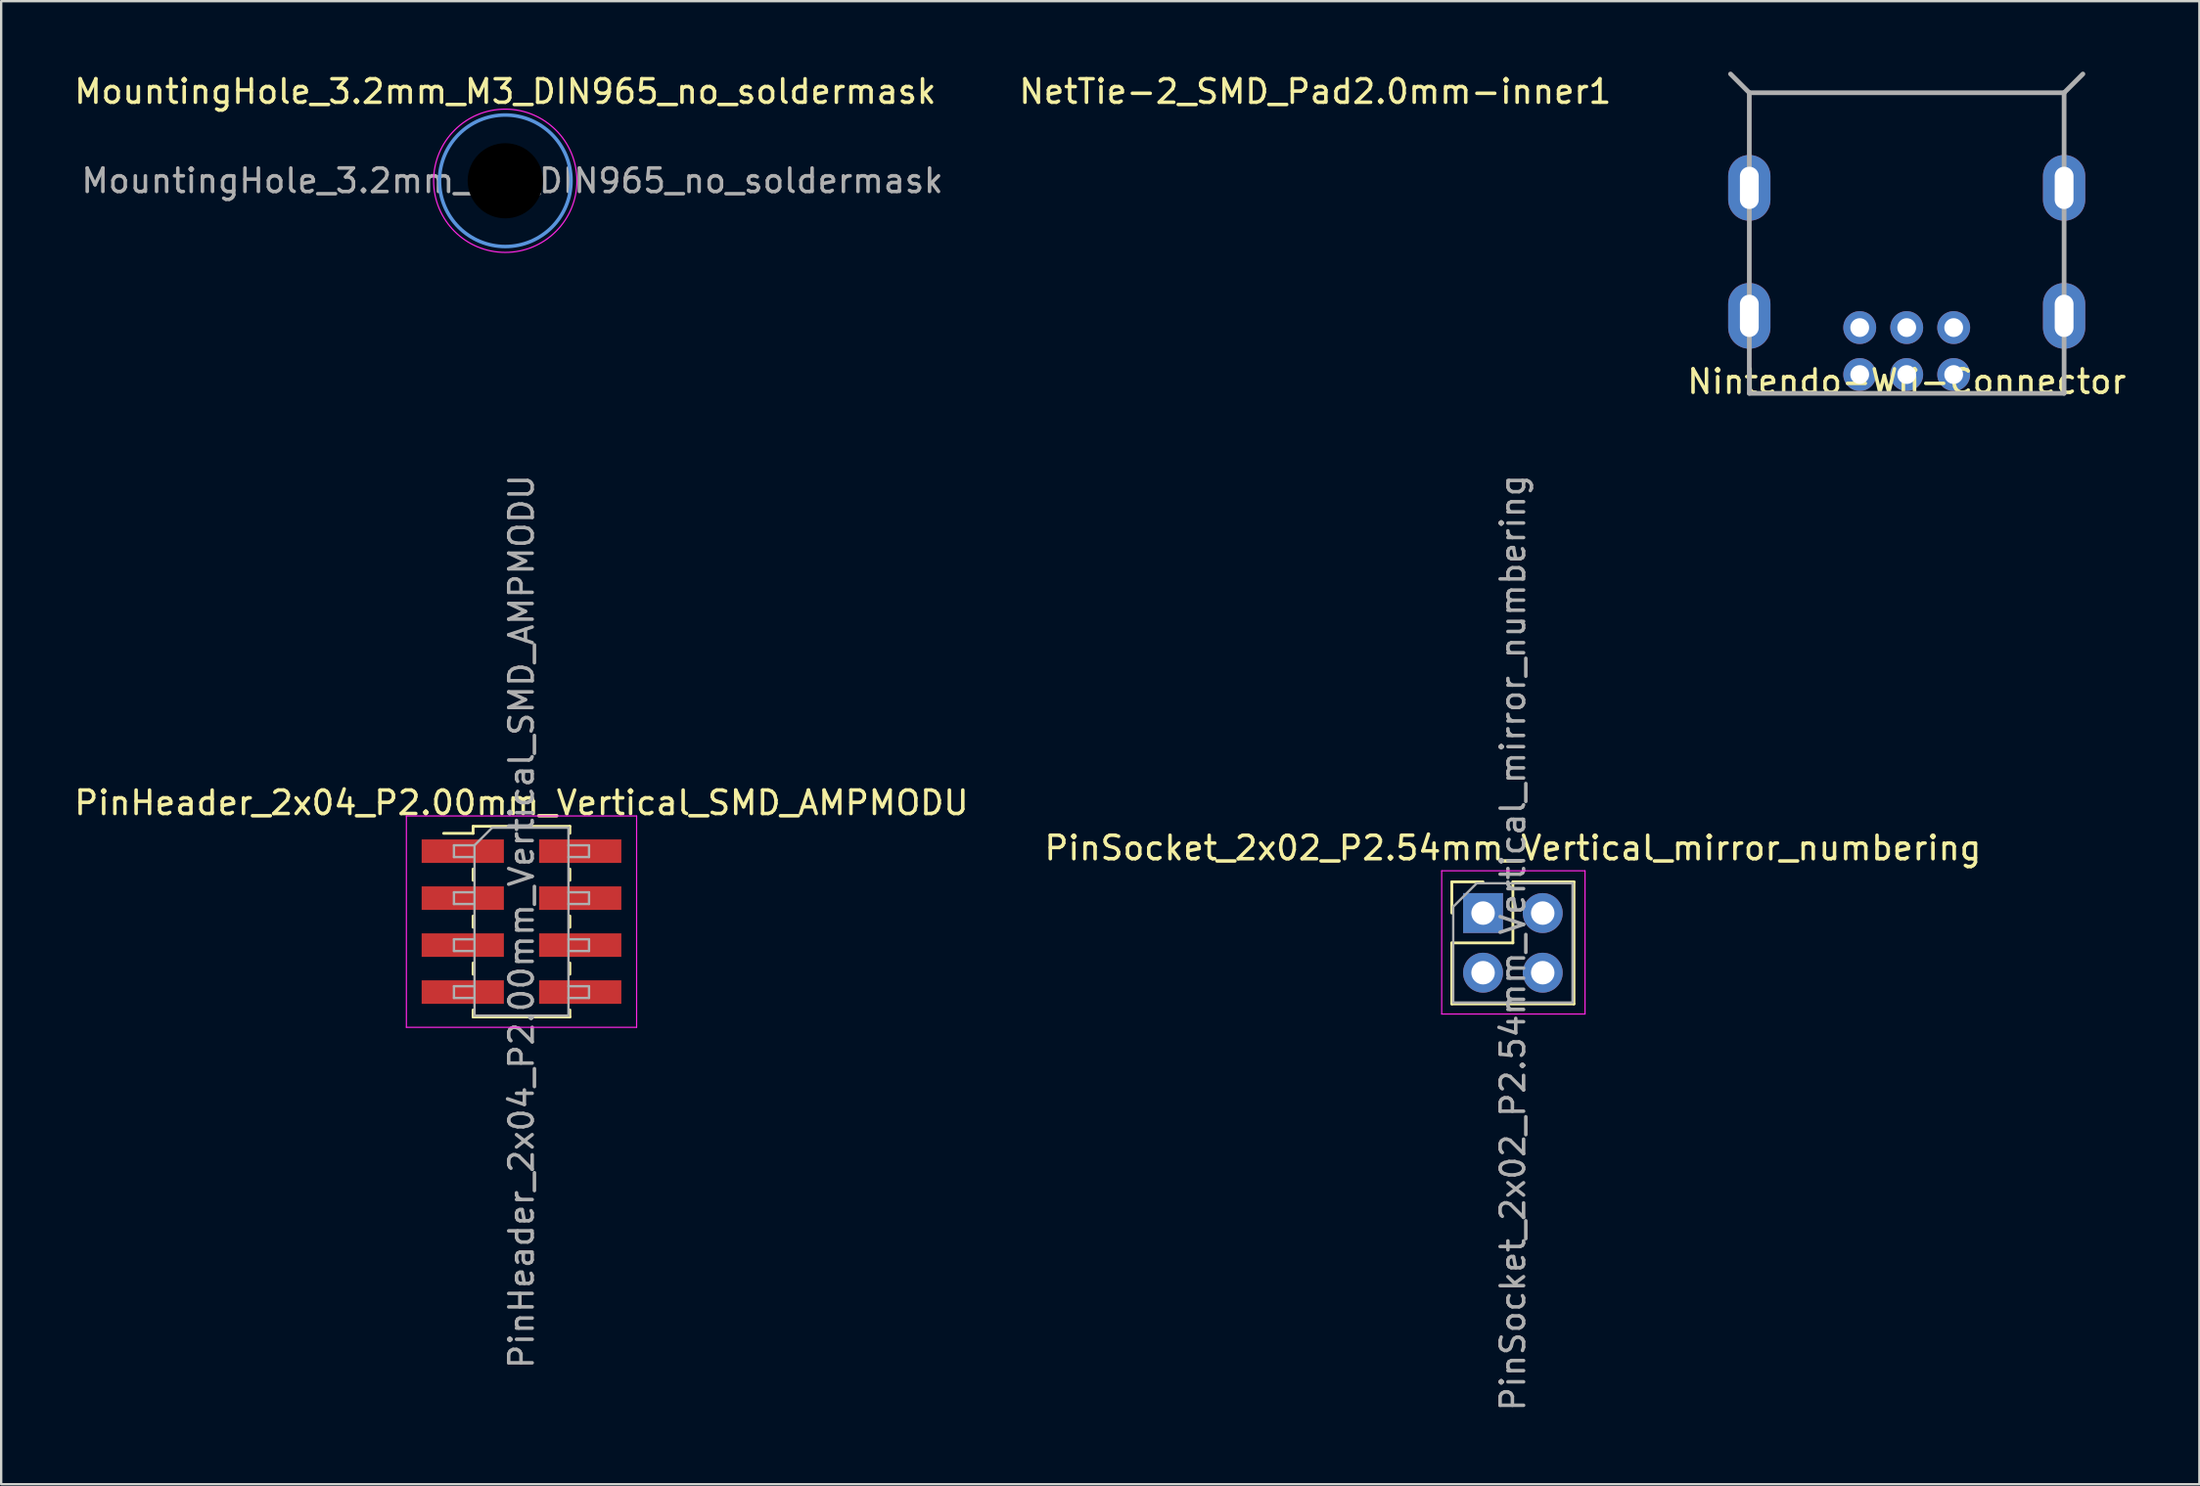
<source format=kicad_pcb>
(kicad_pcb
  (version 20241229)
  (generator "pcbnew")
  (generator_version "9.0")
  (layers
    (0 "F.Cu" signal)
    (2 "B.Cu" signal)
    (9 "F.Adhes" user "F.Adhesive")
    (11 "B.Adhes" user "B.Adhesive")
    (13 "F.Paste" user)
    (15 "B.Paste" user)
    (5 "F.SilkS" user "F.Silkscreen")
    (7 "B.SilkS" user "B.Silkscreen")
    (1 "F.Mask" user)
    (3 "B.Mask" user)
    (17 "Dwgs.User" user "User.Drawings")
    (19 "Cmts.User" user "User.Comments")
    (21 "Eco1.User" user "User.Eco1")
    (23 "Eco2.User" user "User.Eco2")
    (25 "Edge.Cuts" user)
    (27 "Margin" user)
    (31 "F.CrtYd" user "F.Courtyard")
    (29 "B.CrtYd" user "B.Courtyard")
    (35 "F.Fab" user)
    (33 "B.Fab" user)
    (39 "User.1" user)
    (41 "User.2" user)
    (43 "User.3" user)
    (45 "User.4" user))
  (footprint "NetTie-2_SMD_Pad2.0mm-inner1"
    (layer "F.Cu")
    (at 52.937 2.848)
    (property "Reference" "NetTie-2_SMD_Pad2.0mm-inner1" (at 0 -2 0) (layer "F.SilkS") (effects (font (size 1 1) (thickness 0.15))))
    (attr exclude_from_pos_files exclude_from_bom allow_missing_courtyard)
    (fp_poly (pts (xy -2 -1) (xy 2 -1) (xy 2 1) (xy -2 1)) (stroke (width 0) (type solid)) (fill yes) (layer "In1.Cu"))
    (pad "1" smd circle (at 0 0.5) (size 1 1) (layers "In1.Cu"))
    (pad "2" smd circle (at 0 -0.5) (size 1 1) (layers "In1.Cu")))
  (footprint "MountingHole_3.2mm_M3_DIN965_no_soldermask"
    (layer "F.Cu")
    (at 18.458 4.648)
    (property "Reference" "MountingHole_3.2mm_M3_DIN965_no_soldermask" (at 0 -3.8 0) (layer "F.SilkS") (effects (font (size 1 1) (thickness 0.15))))
    (attr exclude_from_pos_files)
    (fp_circle (center 0 0) (end 2.8 0) (stroke (width 0.15) (type solid)) (fill no) (layer "Cmts.User"))
    (fp_circle (center 0 0) (end 3.05 0) (stroke (width 0.05) (type solid)) (fill no) (layer "F.CrtYd"))
    (fp_text user "${REFERENCE}" (at 0.3 0 0) (layer "F.Fab") (effects (font (size 1 1) (thickness 0.15))))
    (pad "" np_thru_hole circle (at 0 0) (size 5.5 5.5) (drill 3.2) (layers "*.Mask")))
  (footprint "PinHeader_2x04_P2.00mm_Vertical_SMD_AMPMODU"
    (layer "F.Cu")
    (at 19.149 36.197)
    (property "Reference" "PinHeader_2x04_P2.00mm_Vertical_SMD_AMPMODU" (at 0 -5.06 0) (layer "F.SilkS") (effects (font (size 1 1) (thickness 0.15))))
    (attr smd)
    (fp_line (start -3.315 -3.76) (end -2.06 -3.76) (stroke (width 0.12) (type solid)) (layer "F.SilkS"))
    (fp_line (start -2.06 -4.06) (end -2.06 -3.76) (stroke (width 0.12) (type solid)) (layer "F.SilkS"))
    (fp_line (start -2.06 -4.06) (end 2.06 -4.06) (stroke (width 0.12) (type solid)) (layer "F.SilkS"))
    (fp_line (start -2.06 -2.24) (end -2.06 -1.76) (stroke (width 0.12) (type solid)) (layer "F.SilkS"))
    (fp_line (start -2.06 -0.24) (end -2.06 0.24) (stroke (width 0.12) (type solid)) (layer "F.SilkS"))
    (fp_line (start -2.06 1.76) (end -2.06 2.24) (stroke (width 0.12) (type solid)) (layer "F.SilkS"))
    (fp_line (start -2.06 3.76) (end -2.06 4.06) (stroke (width 0.12) (type solid)) (layer "F.SilkS"))
    (fp_line (start -2.06 4.06) (end 2.06 4.06) (stroke (width 0.12) (type solid)) (layer "F.SilkS"))
    (fp_line (start 2.06 -4.06) (end 2.06 -3.76) (stroke (width 0.12) (type solid)) (layer "F.SilkS"))
    (fp_line (start 2.06 -2.24) (end 2.06 -1.76) (stroke (width 0.12) (type solid)) (layer "F.SilkS"))
    (fp_line (start 2.06 -0.24) (end 2.06 0.24) (stroke (width 0.12) (type solid)) (layer "F.SilkS"))
    (fp_line (start 2.06 1.76) (end 2.06 2.24) (stroke (width 0.12) (type solid)) (layer "F.SilkS"))
    (fp_line (start 2.06 3.76) (end 2.06 4.06) (stroke (width 0.12) (type solid)) (layer "F.SilkS"))
    (fp_line (start -4.9 -4.5) (end -4.9 4.5) (stroke (width 0.05) (type solid)) (layer "F.CrtYd"))
    (fp_line (start -4.9 4.5) (end 4.9 4.5) (stroke (width 0.05) (type solid)) (layer "F.CrtYd"))
    (fp_line (start 4.9 -4.5) (end -4.9 -4.5) (stroke (width 0.05) (type solid)) (layer "F.CrtYd"))
    (fp_line (start 4.9 4.5) (end 4.9 -4.5) (stroke (width 0.05) (type solid)) (layer "F.CrtYd"))
    (fp_line (start -2.875 -3.25) (end -2.875 -2.75) (stroke (width 0.1) (type solid)) (layer "F.Fab"))
    (fp_line (start -2.875 -2.75) (end -2 -2.75) (stroke (width 0.1) (type solid)) (layer "F.Fab"))
    (fp_line (start -2.875 -1.25) (end -2.875 -0.75) (stroke (width 0.1) (type solid)) (layer "F.Fab"))
    (fp_line (start -2.875 -0.75) (end -2 -0.75) (stroke (width 0.1) (type solid)) (layer "F.Fab"))
    (fp_line (start -2.875 0.75) (end -2.875 1.25) (stroke (width 0.1) (type solid)) (layer "F.Fab"))
    (fp_line (start -2.875 1.25) (end -2 1.25) (stroke (width 0.1) (type solid)) (layer "F.Fab"))
    (fp_line (start -2.875 2.75) (end -2.875 3.25) (stroke (width 0.1) (type solid)) (layer "F.Fab"))
    (fp_line (start -2.875 3.25) (end -2 3.25) (stroke (width 0.1) (type solid)) (layer "F.Fab"))
    (fp_line (start -2 -3.25) (end -2.875 -3.25) (stroke (width 0.1) (type solid)) (layer "F.Fab"))
    (fp_line (start -2 -3.25) (end -1.25 -4) (stroke (width 0.1) (type solid)) (layer "F.Fab"))
    (fp_line (start -2 -1.25) (end -2.875 -1.25) (stroke (width 0.1) (type solid)) (layer "F.Fab"))
    (fp_line (start -2 0.75) (end -2.875 0.75) (stroke (width 0.1) (type solid)) (layer "F.Fab"))
    (fp_line (start -2 2.75) (end -2.875 2.75) (stroke (width 0.1) (type solid)) (layer "F.Fab"))
    (fp_line (start -2 4) (end -2 -3.25) (stroke (width 0.1) (type solid)) (layer "F.Fab"))
    (fp_line (start -1.25 -4) (end 2 -4) (stroke (width 0.1) (type solid)) (layer "F.Fab"))
    (fp_line (start 2 -4) (end 2 4) (stroke (width 0.1) (type solid)) (layer "F.Fab"))
    (fp_line (start 2 -3.25) (end 2.875 -3.25) (stroke (width 0.1) (type solid)) (layer "F.Fab"))
    (fp_line (start 2 -1.25) (end 2.875 -1.25) (stroke (width 0.1) (type solid)) (layer "F.Fab"))
    (fp_line (start 2 0.75) (end 2.875 0.75) (stroke (width 0.1) (type solid)) (layer "F.Fab"))
    (fp_line (start 2 2.75) (end 2.875 2.75) (stroke (width 0.1) (type solid)) (layer "F.Fab"))
    (fp_line (start 2 4) (end -2 4) (stroke (width 0.1) (type solid)) (layer "F.Fab"))
    (fp_line (start 2.875 -3.25) (end 2.875 -2.75) (stroke (width 0.1) (type solid)) (layer "F.Fab"))
    (fp_line (start 2.875 -2.75) (end 2 -2.75) (stroke (width 0.1) (type solid)) (layer "F.Fab"))
    (fp_line (start 2.875 -1.25) (end 2.875 -0.75) (stroke (width 0.1) (type solid)) (layer "F.Fab"))
    (fp_line (start 2.875 -0.75) (end 2 -0.75) (stroke (width 0.1) (type solid)) (layer "F.Fab"))
    (fp_line (start 2.875 0.75) (end 2.875 1.25) (stroke (width 0.1) (type solid)) (layer "F.Fab"))
    (fp_line (start 2.875 1.25) (end 2 1.25) (stroke (width 0.1) (type solid)) (layer "F.Fab"))
    (fp_line (start 2.875 2.75) (end 2.875 3.25) (stroke (width 0.1) (type solid)) (layer "F.Fab"))
    (fp_line (start 2.875 3.25) (end 2 3.25) (stroke (width 0.1) (type solid)) (layer "F.Fab"))
    (fp_text user "${REFERENCE}" (at 0 0 90) (layer "F.Fab") (effects (font (size 1 1) (thickness 0.15))))
    (pad "1" smd rect (at -2.5 -3) (size 3.5 1) (layers "F.Cu" "F.Mask" "F.Paste"))
    (pad "2" smd rect (at 2.5 -3) (size 3.5 1) (layers "F.Cu" "F.Mask" "F.Paste"))
    (pad "3" smd rect (at -2.5 -1) (size 3.5 1) (layers "F.Cu" "F.Mask" "F.Paste"))
    (pad "4" smd rect (at 2.5 -1) (size 3.5 1) (layers "F.Cu" "F.Mask" "F.Paste"))
    (pad "5" smd rect (at -2.5 1) (size 3.5 1) (layers "F.Cu" "F.Mask" "F.Paste"))
    (pad "6" smd rect (at 2.5 1) (size 3.5 1) (layers "F.Cu" "F.Mask" "F.Paste"))
    (pad "7" smd rect (at -2.5 3) (size 3.5 1) (layers "F.Cu" "F.Mask" "F.Paste"))
    (pad "8" smd rect (at 2.5 3) (size 3.5 1) (layers "F.Cu" "F.Mask" "F.Paste")))
  (footprint "Nintendo-Wii-Connector"
    (layer "F.Cu")
    (at 78.115 7.7)
    (property "Reference" "Nintendo-Wii-Connector" (at 0 5.5 0) (unlocked yes) (layer "F.SilkS") (effects (font (size 1 1) (thickness 0.15))))
    (attr smd)
    (fp_line (start -6.7 -6.8) (end -7.5 -7.6) (stroke (width 0.2) (type default)) (layer "F.Fab"))
    (fp_line (start -6.7 -6.8) (end -6.7 6) (stroke (width 0.2) (type default)) (layer "F.Fab"))
    (fp_line (start -6.7 6) (end 6.7 6) (stroke (width 0.2) (type default)) (layer "F.Fab"))
    (fp_line (start 6.7 -6.8) (end -6.7 -6.8) (stroke (width 0.2) (type default)) (layer "F.Fab"))
    (fp_line (start 6.7 -6.8) (end 7.5 -7.6) (stroke (width 0.2) (type default)) (layer "F.Fab"))
    (fp_line (start 6.7 6) (end 6.7 -6.8) (stroke (width 0.2) (type default)) (layer "F.Fab"))
    (pad "1" thru_hole circle (at -2 5.2) (size 1.4 1.4) (drill 0.8) (layers "*.Cu" "*.Mask"))
    (pad "2" thru_hole circle (at 0 5.2) (size 1.4 1.4) (drill 0.8) (layers "*.Cu" "*.Mask"))
    (pad "3" thru_hole circle (at 2 5.2) (size 1.4 1.4) (drill 0.8) (layers "*.Cu" "*.Mask"))
    (pad "4" thru_hole circle (at 2 3.2) (size 1.4 1.4) (drill 0.8) (layers "*.Cu" "*.Mask"))
    (pad "5" thru_hole circle (at 0 3.2) (size 1.4 1.4) (drill 0.8) (layers "*.Cu" "*.Mask"))
    (pad "6" thru_hole circle (at -2 3.2) (size 1.4 1.4) (drill 0.8) (layers "*.Cu" "*.Mask"))
    (pad "SH" thru_hole oval (at -6.7 -2.75) (size 1.8 2.8) (drill oval 0.8 1.8) (layers "*.Cu" "*.Mask"))
    (pad "SH" thru_hole oval (at -6.7 2.7) (size 1.8 2.8) (drill oval 0.8 1.8) (layers "*.Cu" "*.Mask"))
    (pad "SH" thru_hole oval (at 6.7 -2.75) (size 1.8 2.8) (drill oval 0.8 1.8) (layers "*.Cu" "*.Mask"))
    (pad "SH" thru_hole oval (at 6.7 2.7) (size 1.8 2.8) (drill oval 0.8 1.8) (layers "*.Cu" "*.Mask")))
  (footprint "PinSocket_2x02_P2.54mm_Vertical_mirror_numbering"
    (layer "F.Cu")
    (at 61.351 37.162)
    (property "Reference" "PinSocket_2x02_P2.54mm_Vertical_mirror_numbering" (at 0 -4.1 0) (layer "F.SilkS") (effects (font (size 1 1) (thickness 0.15))))
    (attr through_hole)
    (fp_line (start -2.6 -2.66) (end -2.6 -1.33) (stroke (width 0.12) (type solid)) (layer "F.SilkS"))
    (fp_line (start -2.6 -0.06) (end -2.6 2.54) (stroke (width 0.12) (type solid)) (layer "F.SilkS"))
    (fp_line (start -1.27 -2.66) (end -2.6 -2.66) (stroke (width 0.12) (type solid)) (layer "F.SilkS"))
    (fp_line (start 0 -2.66) (end 0 -0.06) (stroke (width 0.12) (type solid)) (layer "F.SilkS"))
    (fp_line (start 0 -0.06) (end -2.6 -0.06) (stroke (width 0.12) (type solid)) (layer "F.SilkS"))
    (fp_line (start 2.6 -2.66) (end 0 -2.66) (stroke (width 0.12) (type solid)) (layer "F.SilkS"))
    (fp_line (start 2.6 -2.66) (end 2.6 2.54) (stroke (width 0.12) (type solid)) (layer "F.SilkS"))
    (fp_line (start 2.6 2.54) (end -2.6 2.54) (stroke (width 0.12) (type solid)) (layer "F.SilkS"))
    (fp_line (start -3.03 -3.13) (end -3.03 2.97) (stroke (width 0.05) (type solid)) (layer "F.CrtYd"))
    (fp_line (start -3.03 2.97) (end 3.07 2.97) (stroke (width 0.05) (type solid)) (layer "F.CrtYd"))
    (fp_line (start 3.07 -3.13) (end -3.03 -3.13) (stroke (width 0.05) (type solid)) (layer "F.CrtYd"))
    (fp_line (start 3.07 2.97) (end 3.07 -3.13) (stroke (width 0.05) (type solid)) (layer "F.CrtYd"))
    (fp_line (start -2.54 -1.6) (end -2.54 2.48) (stroke (width 0.1) (type solid)) (layer "F.Fab"))
    (fp_line (start -2.54 2.48) (end 2.54 2.48) (stroke (width 0.1) (type solid)) (layer "F.Fab"))
    (fp_line (start -1.54 -2.6) (end -2.54 -1.6) (stroke (width 0.1) (type solid)) (layer "F.Fab"))
    (fp_line (start 2.54 -2.6) (end -1.54 -2.6) (stroke (width 0.1) (type solid)) (layer "F.Fab"))
    (fp_line (start 2.54 2.48) (end 2.54 -2.6) (stroke (width 0.1) (type solid)) (layer "F.Fab"))
    (fp_text user "${REFERENCE}" (at 0 -0.06 90) (layer "F.Fab") (effects (font (size 1 1) (thickness 0.15))))
    (pad "1" thru_hole rect (at -1.27 -1.33) (size 1.7 1.7) (drill 1) (layers "*.Cu" "*.Mask"))
    (pad "2" thru_hole oval (at 1.27 -1.33) (size 1.7 1.7) (drill 1) (layers "*.Cu" "*.Mask"))
    (pad "3" thru_hole oval (at -1.27 1.21) (size 1.7 1.7) (drill 1) (layers "*.Cu" "*.Mask"))
    (pad "4" thru_hole oval (at 1.27 1.21) (size 1.7 1.7) (drill 1) (layers "*.Cu" "*.Mask")))
  (gr_rect
    (start -3 -3)
    (end 90.574 60.155)
    (stroke (width 0.1) (type default))
    (fill no)
    (layer "Edge.Cuts")))
</source>
